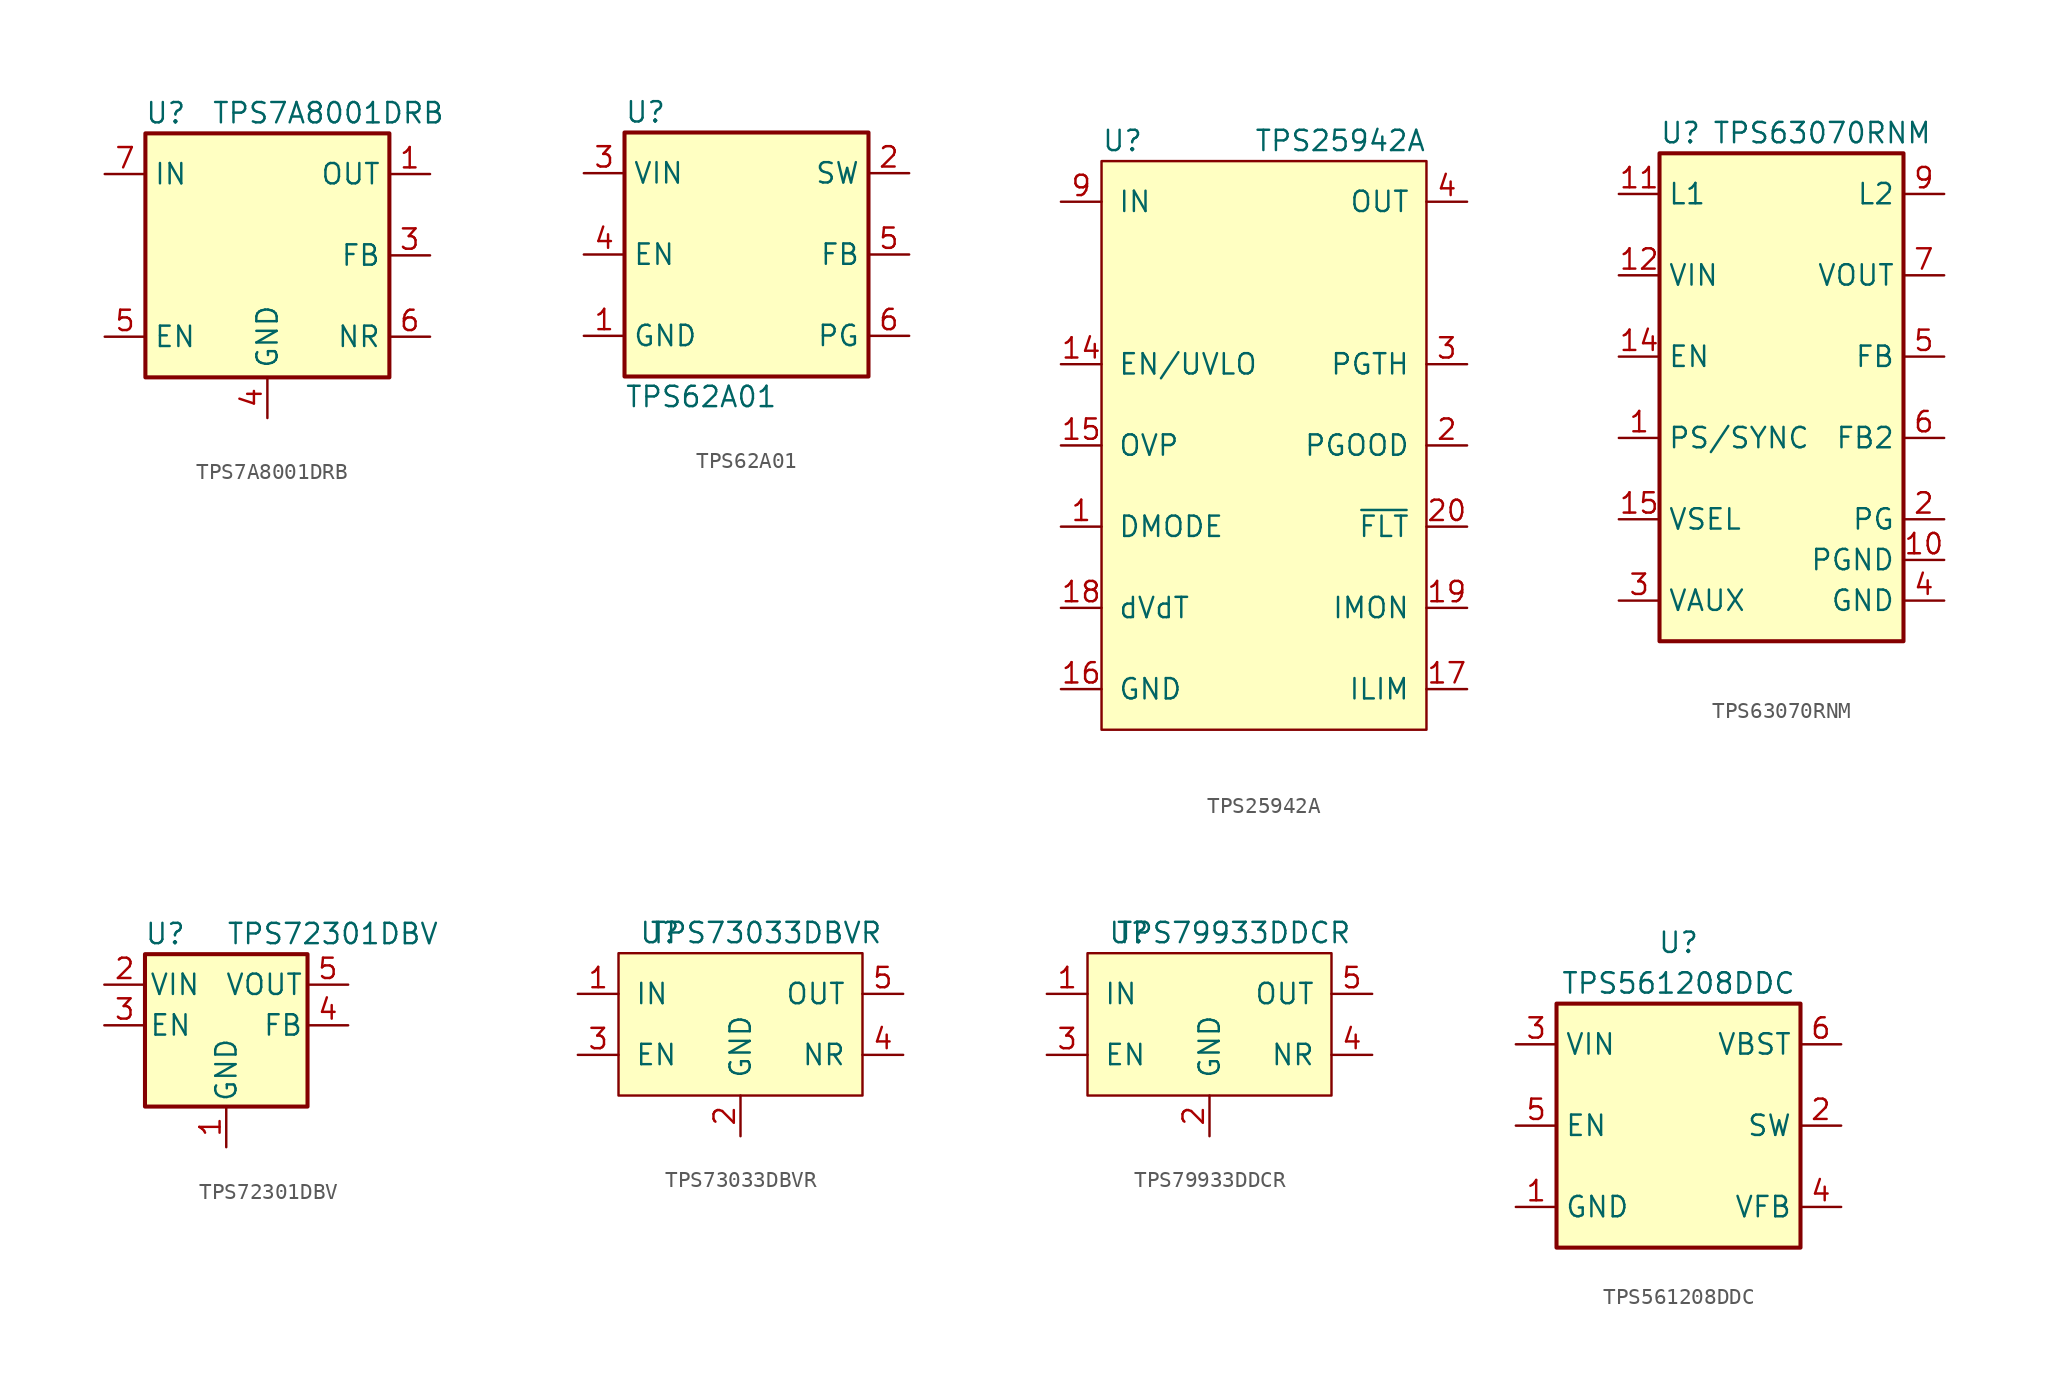
<source format=kicad_sym>
(kicad_symbol_lib
  (version 20220914)
  (generator kicad_symbol_editor)
  (symbol "TPS7A8001DRB"
    (property "Reference" "U"
      (at -6.35 8.89 0)
      (effects (font (size 1.27 1.27))))
    (property "Value" "TPS7A8001DRB"
      (at 3.81 8.89 0)
      (effects (font (size 1.27 1.27))))
    (symbol "TPS7A8001DRB_0_1"
      (rectangle (start -7.62 7.62) (end 7.62 -7.62) (stroke (width 0.254) (type default)) (fill (type background))))
    (symbol "TPS7A8001DRB_1_1"
      (pin power_out line (at 10.16 5.08 180) (length 2.54) (name "OUT" (effects (font (size 1.27 1.27)))) (number "1" (effects (font (size 1.27 1.27)))))
      (pin passive line (at 10.16 5.08 180) (length 2.54) hide (name "OUT" (effects (font (size 1.27 1.27)))) (number "2" (effects (font (size 1.27 1.27)))))
      (pin input line (at 10.16 0 180) (length 2.54) (name "FB" (effects (font (size 1.27 1.27)))) (number "3" (effects (font (size 1.27 1.27)))))
      (pin power_in line (at 0 -10.16 90) (length 2.54) (name "GND" (effects (font (size 1.27 1.27)))) (number "4" (effects (font (size 1.27 1.27)))))
      (pin input line (at -10.16 -5.08 0) (length 2.54) (name "EN" (effects (font (size 1.27 1.27)))) (number "5" (effects (font (size 1.27 1.27)))))
      (pin passive line (at 10.16 -5.08 180) (length 2.54) (name "NR" (effects (font (size 1.27 1.27)))) (number "6" (effects (font (size 1.27 1.27)))))
      (pin power_in line (at -10.16 5.08 0) (length 2.54) (name "IN" (effects (font (size 1.27 1.27)))) (number "7" (effects (font (size 1.27 1.27)))))
      (pin passive line (at -10.16 5.08 0) (length 2.54) hide (name "IN" (effects (font (size 1.27 1.27)))) (number "8" (effects (font (size 1.27 1.27)))))
      (pin passive line (at 0 -10.16 90) (length 2.54) hide (name "GND" (effects (font (size 1.27 1.27)))) (number "9" (effects (font (size 1.27 1.27)))))))
  (symbol "TPS62A01"
    (property "Reference" "U"
      (at -7.62 8.89 0)
      (effects (font (size 1.27 1.27)) (justify left)))
    (property "Value" "TPS62A01"
      (at -7.62 -8.89 0)
      (effects (font (size 1.27 1.27)) (justify left)))
    (symbol "TPS62A01_0_1"
      (rectangle (start -7.62 7.62) (end 7.62 -7.62) (stroke (width 0.254) (type default)) (fill (type background))))
    (symbol "TPS62A01_1_1"
      (pin power_in line (at -10.16 -5.08 0) (length 2.54) (name "GND" (effects (font (size 1.27 1.27)))) (number "1" (effects (font (size 1.27 1.27)))))
      (pin power_out line (at 10.16 5.08 180) (length 2.54) (name "SW" (effects (font (size 1.27 1.27)))) (number "2" (effects (font (size 1.27 1.27)))))
      (pin power_in line (at -10.16 5.08 0) (length 2.54) (name "VIN" (effects (font (size 1.27 1.27)))) (number "3" (effects (font (size 1.27 1.27)))))
      (pin input line (at -10.16 0 0) (length 2.54) (name "EN" (effects (font (size 1.27 1.27)))) (number "4" (effects (font (size 1.27 1.27)))))
      (pin input line (at 10.16 0 180) (length 2.54) (name "FB" (effects (font (size 1.27 1.27)))) (number "5" (effects (font (size 1.27 1.27)))))
      (pin open_collector line (at 10.16 -5.08 180) (length 2.54) (name "PG" (effects (font (size 1.27 1.27)))) (number "6" (effects (font (size 1.27 1.27)))))))
  (symbol "TPS25942A"
    (pin_names
      (offset 1.016))
    (property "Reference" "U"
      (at -10.16 19.05 0)
      (effects (font (size 1.27 1.27)) (justify left)))
    (property "Value" "TPS25942A"
      (at 10.16 19.05 0)
      (effects (font (size 1.27 1.27)) (justify right)))
    (symbol "TPS25942A_0_1"
      (rectangle (start -10.16 17.78) (end 10.16 -17.78) (stroke (width 0) (type default)) (fill (type background))))
    (symbol "TPS25942A_1_1"
      (pin input line (at -12.7 -5.08 0) (length 2.54) (name "DMODE" (effects (font (size 1.27 1.27)))) (number "1" (effects (font (size 1.27 1.27)))))
      (pin passive line (at -12.7 15.24 0) (length 2.54) hide (name "IN" (effects (font (size 1.27 1.27)))) (number "10" (effects (font (size 1.27 1.27)))))
      (pin passive line (at -12.7 15.24 0) (length 2.54) hide (name "IN" (effects (font (size 1.27 1.27)))) (number "11" (effects (font (size 1.27 1.27)))))
      (pin passive line (at -12.7 15.24 0) (length 2.54) hide (name "IN" (effects (font (size 1.27 1.27)))) (number "12" (effects (font (size 1.27 1.27)))))
      (pin passive line (at -12.7 15.24 0) (length 2.54) hide (name "IN" (effects (font (size 1.27 1.27)))) (number "13" (effects (font (size 1.27 1.27)))))
      (pin input line (at -12.7 5.08 0) (length 2.54) (name "EN/UVLO" (effects (font (size 1.27 1.27)))) (number "14" (effects (font (size 1.27 1.27)))))
      (pin input line (at -12.7 0 0) (length 2.54) (name "OVP" (effects (font (size 1.27 1.27)))) (number "15" (effects (font (size 1.27 1.27)))))
      (pin power_in line (at -12.7 -15.24 0) (length 2.54) (name "GND" (effects (font (size 1.27 1.27)))) (number "16" (effects (font (size 1.27 1.27)))))
      (pin bidirectional line (at 12.7 -15.24 180) (length 2.54) (name "ILIM" (effects (font (size 1.27 1.27)))) (number "17" (effects (font (size 1.27 1.27)))))
      (pin bidirectional line (at -12.7 -10.16 0) (length 2.54) (name "dVdT" (effects (font (size 1.27 1.27)))) (number "18" (effects (font (size 1.27 1.27)))))
      (pin output line (at 12.7 -10.16 180) (length 2.54) (name "IMON" (effects (font (size 1.27 1.27)))) (number "19" (effects (font (size 1.27 1.27)))))
      (pin open_collector line (at 12.7 0 180) (length 2.54) (name "PGOOD" (effects (font (size 1.27 1.27)))) (number "2" (effects (font (size 1.27 1.27)))))
      (pin open_collector line (at 12.7 -5.08 180) (length 2.54) (name "~{FLT}" (effects (font (size 1.27 1.27)))) (number "20" (effects (font (size 1.27 1.27)))))
      (pin power_in line (at -12.7 -15.24 0) (length 2.54) hide (name "GND" (effects (font (size 1.27 1.27)))) (number "21" (effects (font (size 1.27 1.27)))))
      (pin input line (at 12.7 5.08 180) (length 2.54) (name "PGTH" (effects (font (size 1.27 1.27)))) (number "3" (effects (font (size 1.27 1.27)))))
      (pin power_out line (at 12.7 15.24 180) (length 2.54) (name "OUT" (effects (font (size 1.27 1.27)))) (number "4" (effects (font (size 1.27 1.27)))))
      (pin passive line (at 12.7 15.24 180) (length 2.54) hide (name "OUT" (effects (font (size 1.27 1.27)))) (number "5" (effects (font (size 1.27 1.27)))))
      (pin passive line (at 12.7 15.24 180) (length 2.54) hide (name "OUT" (effects (font (size 1.27 1.27)))) (number "6" (effects (font (size 1.27 1.27)))))
      (pin passive line (at 12.7 15.24 180) (length 2.54) hide (name "OUT" (effects (font (size 1.27 1.27)))) (number "7" (effects (font (size 1.27 1.27)))))
      (pin passive line (at 12.7 15.24 180) (length 2.54) hide (name "OUT" (effects (font (size 1.27 1.27)))) (number "8" (effects (font (size 1.27 1.27)))))
      (pin power_in line (at -12.7 15.24 0) (length 2.54) (name "IN" (effects (font (size 1.27 1.27)))) (number "9" (effects (font (size 1.27 1.27)))))))
  (symbol "TPS63070RNM"
    (property "Reference" "U"
      (at -7.62 13.97 0)
      (effects (font (size 1.27 1.27)) (justify left)))
    (property "Value" "TPS63070RNM"
      (at 2.54 13.97 0)
      (effects (font (size 1.27 1.27))))
    (symbol "TPS63070RNM_0_1"
      (rectangle (start -7.62 12.7) (end 7.62 -17.78) (stroke (width 0.254) (type default)) (fill (type background))))
    (symbol "TPS63070RNM_1_1"
      (pin input line (at -10.16 -5.08 0) (length 2.54) (name "PS/SYNC" (effects (font (size 1.27 1.27)))) (number "1" (effects (font (size 1.27 1.27)))))
      (pin power_in line (at 10.16 -12.7 180) (length 2.54) (name "PGND" (effects (font (size 1.27 1.27)))) (number "10" (effects (font (size 1.27 1.27)))))
      (pin input line (at -10.16 10.16 0) (length 2.54) (name "L1" (effects (font (size 1.27 1.27)))) (number "11" (effects (font (size 1.27 1.27)))))
      (pin power_in line (at -10.16 5.08 0) (length 2.54) (name "VIN" (effects (font (size 1.27 1.27)))) (number "12" (effects (font (size 1.27 1.27)))))
      (pin passive line (at -10.16 5.08 0) (length 2.54) hide (name "VIN" (effects (font (size 1.27 1.27)))) (number "13" (effects (font (size 1.27 1.27)))))
      (pin input line (at -10.16 0 0) (length 2.54) (name "EN" (effects (font (size 1.27 1.27)))) (number "14" (effects (font (size 1.27 1.27)))))
      (pin input line (at -10.16 -10.16 0) (length 2.54) (name "VSEL" (effects (font (size 1.27 1.27)))) (number "15" (effects (font (size 1.27 1.27)))))
      (pin output line (at 10.16 -10.16 180) (length 2.54) (name "PG" (effects (font (size 1.27 1.27)))) (number "2" (effects (font (size 1.27 1.27)))))
      (pin passive line (at -10.16 -15.24 0) (length 2.54) (name "VAUX" (effects (font (size 1.27 1.27)))) (number "3" (effects (font (size 1.27 1.27)))))
      (pin power_in line (at 10.16 -15.24 180) (length 2.54) (name "GND" (effects (font (size 1.27 1.27)))) (number "4" (effects (font (size 1.27 1.27)))))
      (pin input line (at 10.16 0 180) (length 2.54) (name "FB" (effects (font (size 1.27 1.27)))) (number "5" (effects (font (size 1.27 1.27)))))
      (pin input line (at 10.16 -5.08 180) (length 2.54) (name "FB2" (effects (font (size 1.27 1.27)))) (number "6" (effects (font (size 1.27 1.27)))))
      (pin power_out line (at 10.16 5.08 180) (length 2.54) (name "VOUT" (effects (font (size 1.27 1.27)))) (number "7" (effects (font (size 1.27 1.27)))))
      (pin passive line (at 10.16 5.08 180) (length 2.54) hide (name "VOUT" (effects (font (size 1.27 1.27)))) (number "8" (effects (font (size 1.27 1.27)))))
      (pin input line (at 10.16 10.16 180) (length 2.54) (name "L2" (effects (font (size 1.27 1.27)))) (number "9" (effects (font (size 1.27 1.27)))))))
  (symbol "TPS72301DBV"
    (pin_names
      (offset 0.254))
    (property "Reference" "U"
      (at -3.81 5.715 0)
      (effects (font (size 1.27 1.27))))
    (property "Value" "TPS72301DBV"
      (at 0 5.715 0)
      (effects (font (size 1.27 1.27)) (justify left)))
    (symbol "TPS72301DBV_0_1"
      (rectangle (start -5.08 4.445) (end 5.08 -5.08) (stroke (width 0.254) (type default)) (fill (type background))))
    (symbol "TPS72301DBV_1_1"
      (pin power_in line (at 0 -7.62 90) (length 2.54) (name "GND" (effects (font (size 1.27 1.27)))) (number "1" (effects (font (size 1.27 1.27)))))
      (pin power_in line (at -7.62 2.54 0) (length 2.54) (name "VIN" (effects (font (size 1.27 1.27)))) (number "2" (effects (font (size 1.27 1.27)))))
      (pin input line (at -7.62 0 0) (length 2.54) (name "EN" (effects (font (size 1.27 1.27)))) (number "3" (effects (font (size 1.27 1.27)))))
      (pin input line (at 7.62 0 180) (length 2.54) (name "FB" (effects (font (size 1.27 1.27)))) (number "4" (effects (font (size 1.27 1.27)))))
      (pin power_out line (at 7.62 2.54 180) (length 2.54) (name "VOUT" (effects (font (size 1.27 1.27)))) (number "5" (effects (font (size 1.27 1.27)))))))
  (symbol "TPS73033DBVR"
    (pin_names
      (offset 1.016))
    (property "Reference" "U"
      (at -6.35 5.08 0)
      (effects (font (size 1.27 1.27)) (justify left)))
    (property "Value" "TPS73033DBVR"
      (at 8.89 5.08 0)
      (effects (font (size 1.27 1.27)) (justify right)))
    (symbol "TPS73033DBVR_0_1"
      (rectangle (start 7.62 -5.08) (end -7.62 3.81) (stroke (width 0) (type default)) (fill (type background))))
    (symbol "TPS73033DBVR_1_1"
      (pin power_in line (at -10.16 1.27 0) (length 2.54) (name "IN" (effects (font (size 1.27 1.27)))) (number "1" (effects (font (size 1.27 1.27)))))
      (pin power_in line (at 0 -7.62 90) (length 2.54) (name "GND" (effects (font (size 1.27 1.27)))) (number "2" (effects (font (size 1.27 1.27)))))
      (pin input line (at -10.16 -2.54 0) (length 2.54) (name "EN" (effects (font (size 1.27 1.27)))) (number "3" (effects (font (size 1.27 1.27)))))
      (pin passive line (at 10.16 -2.54 180) (length 2.54) (name "NR" (effects (font (size 1.27 1.27)))) (number "4" (effects (font (size 1.27 1.27)))))
      (pin power_out line (at 10.16 1.27 180) (length 2.54) (name "OUT" (effects (font (size 1.27 1.27)))) (number "5" (effects (font (size 1.27 1.27)))))))
  (symbol "TPS79933DDCR"
    (pin_names
      (offset 1.016))
    (property "Reference" "U"
      (at -6.35 5.08 0)
      (effects (font (size 1.27 1.27)) (justify left)))
    (property "Value" "TPS79933DDCR"
      (at 8.89 5.08 0)
      (effects (font (size 1.27 1.27)) (justify right)))
    (symbol "TPS79933DDCR_0_1"
      (rectangle (start 7.62 -5.08) (end -7.62 3.81) (stroke (width 0) (type default)) (fill (type background))))
    (symbol "TPS79933DDCR_1_1"
      (pin power_in line (at -10.16 1.27 0) (length 2.54) (name "IN" (effects (font (size 1.27 1.27)))) (number "1" (effects (font (size 1.27 1.27)))))
      (pin power_in line (at 0 -7.62 90) (length 2.54) (name "GND" (effects (font (size 1.27 1.27)))) (number "2" (effects (font (size 1.27 1.27)))))
      (pin input line (at -10.16 -2.54 0) (length 2.54) (name "EN" (effects (font (size 1.27 1.27)))) (number "3" (effects (font (size 1.27 1.27)))))
      (pin passive line (at 10.16 -2.54 180) (length 2.54) (name "NR" (effects (font (size 1.27 1.27)))) (number "4" (effects (font (size 1.27 1.27)))))
      (pin power_out line (at 10.16 1.27 180) (length 2.54) (name "OUT" (effects (font (size 1.27 1.27)))) (number "5" (effects (font (size 1.27 1.27)))))))
  (symbol "TPS561208DDC"
    (property "Reference" "U"
      (at 0 11.43 0)
      (effects (font (size 1.27 1.27))))
    (property "Value" "TPS561208DDC"
      (at 0 8.89 0)
      (effects (font (size 1.27 1.27))))
    (symbol "TPS561208DDC_0_1"
      (rectangle (start -7.62 7.62) (end 7.62 -7.62) (stroke (width 0.254) (type default)) (fill (type background))))
    (symbol "TPS561208DDC_1_1"
      (pin power_in line (at -10.16 -5.08 0) (length 2.54) (name "GND" (effects (font (size 1.27 1.27)))) (number "1" (effects (font (size 1.27 1.27)))))
      (pin output line (at 10.16 0 180) (length 2.54) (name "SW" (effects (font (size 1.27 1.27)))) (number "2" (effects (font (size 1.27 1.27)))))
      (pin power_in line (at -10.16 5.08 0) (length 2.54) (name "VIN" (effects (font (size 1.27 1.27)))) (number "3" (effects (font (size 1.27 1.27)))))
      (pin input line (at 10.16 -5.08 180) (length 2.54) (name "VFB" (effects (font (size 1.27 1.27)))) (number "4" (effects (font (size 1.27 1.27)))))
      (pin input line (at -10.16 0 0) (length 2.54) (name "EN" (effects (font (size 1.27 1.27)))) (number "5" (effects (font (size 1.27 1.27)))))
      (pin passive line (at 10.16 5.08 180) (length 2.54) (name "VBST" (effects (font (size 1.27 1.27)))) (number "6" (effects (font (size 1.27 1.27))))))))
</source>
